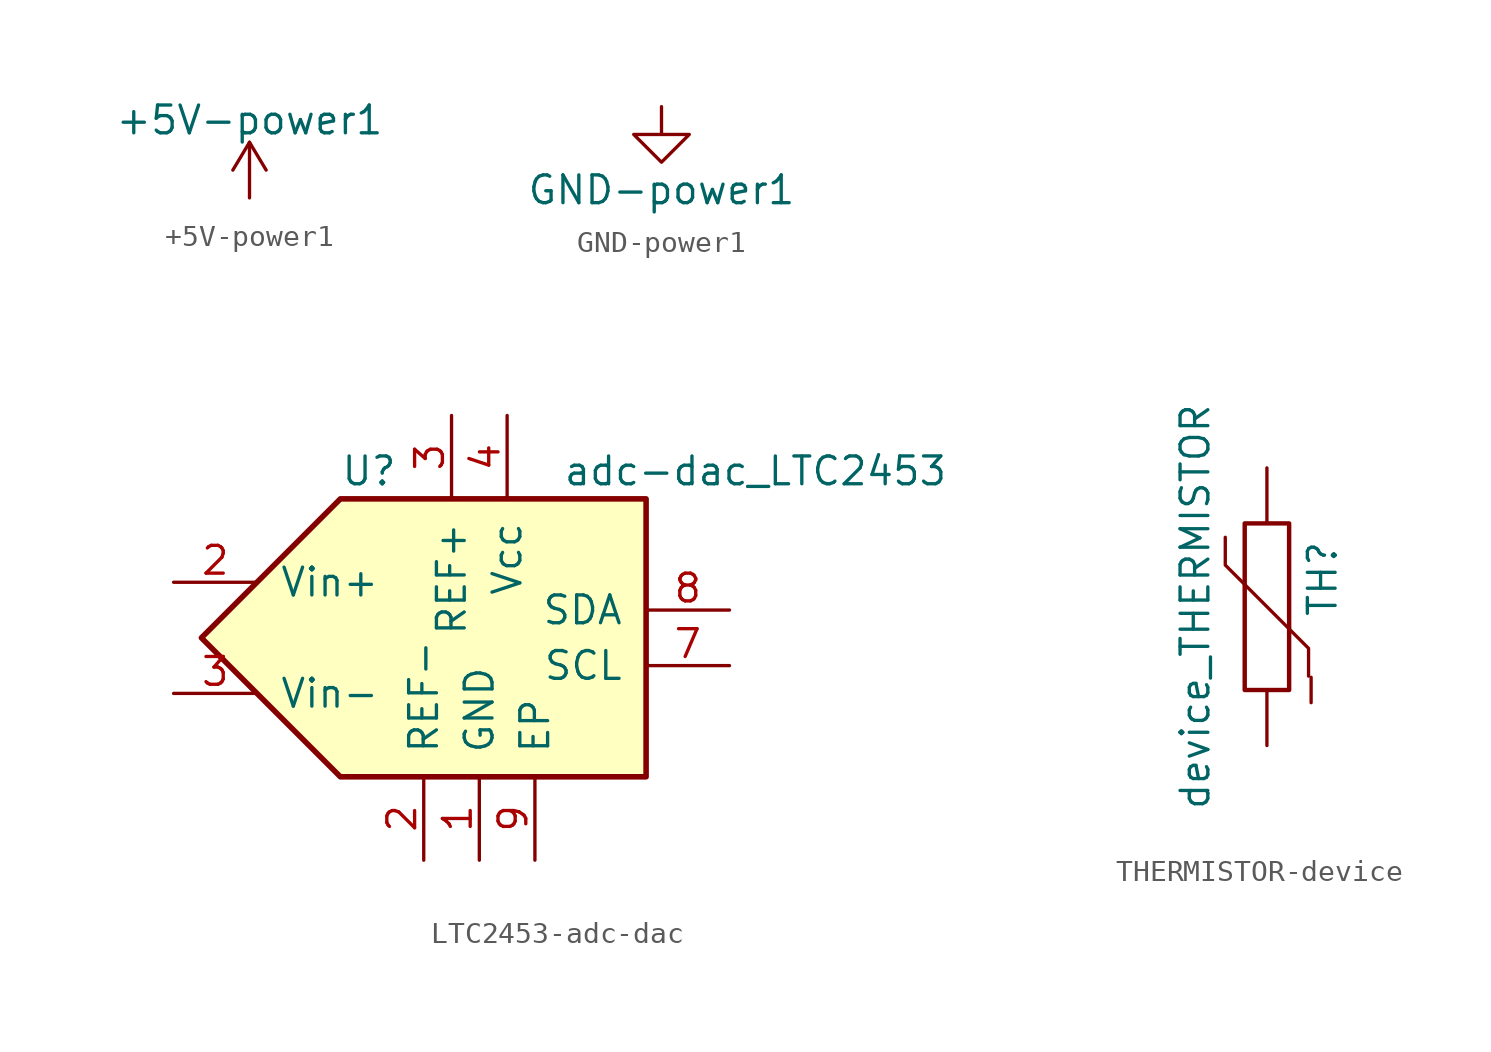
<source format=kicad_sym>
(kicad_symbol_lib
  (version 20220914)
  (generator kicad_symbol_editor)
  (symbol "+5V-power1"
    (power)
    (pin_names
      (offset 0))
    (property "Reference" "#PWR"
      (at 0 -3.81 0)
      (effects (font (size 1.27 1.27)) hide))
    (property "Value" "+5V-power1"
      (at 0 3.556 0)
      (effects (font (size 1.27 1.27))))
    (property "Footprint" ""
      (at 0 0 0)
      (effects (font (size 1.524 1.524))))
    (property "Datasheet" ""
      (at 0 0 0)
      (effects (font (size 1.524 1.524))))
    (symbol "+5V-power1_0_1"
      (polyline (pts (xy -0.762 1.27) (xy 0 2.54)) (stroke (width 0) (type solid)) (fill (type none)))
      (polyline (pts (xy 0 0) (xy 0 2.54)) (stroke (width 0) (type solid)) (fill (type none)))
      (polyline (pts (xy 0 2.54) (xy 0.762 1.27)) (stroke (width 0) (type solid)) (fill (type none))))
    (symbol "+5V-power1_1_1"
      (pin power_in line (at 0 0 90) (length 0) hide (name "+5V" (effects (font (size 1.27 1.27)))) (number "1" (effects (font (size 1.27 1.27)))))))
  (symbol "GND-power1"
    (power)
    (pin_names
      (offset 0))
    (property "Reference" "#PWR"
      (at 0 -6.35 0)
      (effects (font (size 1.27 1.27)) hide))
    (property "Value" "GND-power1"
      (at 0 -3.81 0)
      (effects (font (size 1.27 1.27))))
    (property "Footprint" ""
      (at 0 0 0)
      (effects (font (size 1.524 1.524))))
    (property "Datasheet" ""
      (at 0 0 0)
      (effects (font (size 1.524 1.524))))
    (symbol "GND-power1_0_1"
      (polyline (pts (xy 0 0) (xy 0 -1.27) (xy 1.27 -1.27) (xy 0 -2.54) (xy -1.27 -1.27) (xy 0 -1.27)) (stroke (width 0) (type solid)) (fill (type none))))
    (symbol "GND-power1_1_1"
      (pin power_in line (at 0 0 270) (length 0) hide (name "GND" (effects (font (size 1.27 1.27)))) (number "1" (effects (font (size 1.27 1.27)))))))
  (symbol "LTC2453-adc-dac"
    (pin_names
      (offset 1.016))
    (property "Reference" "U"
      (at -5.08 7.62 0)
      (effects (font (size 1.27 1.27)) (justify left)))
    (property "Value" "adc-dac_LTC2453"
      (at 5.08 7.62 0)
      (effects (font (size 1.27 1.27)) (justify left)))
    (property "Footprint" ""
      (at 0 0 0)
      (effects (font (size 1.27 1.27) italic)))
    (property "Datasheet" ""
      (at 0 0 0)
      (effects (font (size 1.27 1.27))))
    (symbol "LTC2453-adc-dac_0_1"
      (polyline (pts (xy -5.08 6.35) (xy 8.89 6.35) (xy 8.89 0) (xy 8.89 -6.35) (xy -5.08 -6.35) (xy -11.43 0) (xy -5.08 6.35)) (stroke (width 0.254) (type solid)) (fill (type background))))
    (symbol "LTC2453-adc-dac_1_1"
      (pin power_in line (at 1.27 -10.16 90) (length 3.81) (name "GND" (effects (font (size 1.27 1.27)))) (number "1" (effects (font (size 1.27 1.27)))))
      (pin passive line (at -1.27 -10.16 90) (length 3.81) (name "REF-" (effects (font (size 1.27 1.27)))) (number "2" (effects (font (size 1.27 1.27)))))
      (pin passive line (at -12.7 2.54 0) (length 3.81) (name "Vin+" (effects (font (size 1.27 1.27)))) (number "2" (effects (font (size 1.27 1.27)))))
      (pin passive line (at 0 10.16 270) (length 3.81) (name "REF+" (effects (font (size 1.27 1.27)))) (number "3" (effects (font (size 1.27 1.27)))))
      (pin passive line (at -12.7 -2.54 0) (length 3.81) (name "Vin-" (effects (font (size 1.27 1.27)))) (number "3" (effects (font (size 1.27 1.27)))))
      (pin power_in line (at 2.54 10.16 270) (length 3.81) (name "Vcc" (effects (font (size 1.27 1.27)))) (number "4" (effects (font (size 1.27 1.27)))))
      (pin bidirectional line (at 12.7 -1.27 180) (length 3.81) (name "SCL" (effects (font (size 1.27 1.27)))) (number "7" (effects (font (size 1.27 1.27)))))
      (pin bidirectional line (at 12.7 1.27 180) (length 3.81) (name "SDA" (effects (font (size 1.27 1.27)))) (number "8" (effects (font (size 1.27 1.27)))))
      (pin power_in line (at 3.81 -10.16 90) (length 3.81) (name "EP" (effects (font (size 1.27 1.27)))) (number "9" (effects (font (size 1.27 1.27)))))))
  (symbol "THERMISTOR-device"
    (pin_numbers hide)
    (pin_names
      (offset 0))
    (property "Reference" "TH"
      (at 2.54 1.27 90)
      (effects (font (size 1.27 1.27))))
    (property "Value" "device_THERMISTOR"
      (at -2.54 0 90)
      (effects (font (size 1.27 1.27)) (justify bottom)))
    (property "Footprint" ""
      (at 0 0 0)
      (effects (font (size 1.524 1.524))))
    (property "Datasheet" ""
      (at 0 0 0)
      (effects (font (size 1.524 1.524))))
    (symbol "THERMISTOR-device_0_1"
      (rectangle (start -1.016 3.81) (end 1.016 -3.81) (stroke (width 0.203) (type solid)) (fill (type none)))
      (polyline (pts (xy -1.905 3.175) (xy -1.905 1.905) (xy 1.905 -1.905) (xy 1.905 -3.175) (xy 1.905 -3.175)) (stroke (width 0) (type solid)) (fill (type none)))
      (text "-" (at 1.905 -3.81 900) (effects (font (size 1.524 1.524)))))
    (symbol "THERMISTOR-device_1_1"
      (pin passive line (at 0 6.35 270) (length 2.54) (name "~" (effects (font (size 1.524 1.524)))) (number "1" (effects (font (size 1.524 1.524)))))
      (pin passive line (at 0 -6.35 90) (length 2.54) (name "~" (effects (font (size 1.524 1.524)))) (number "2" (effects (font (size 1.524 1.524))))))))
</source>
